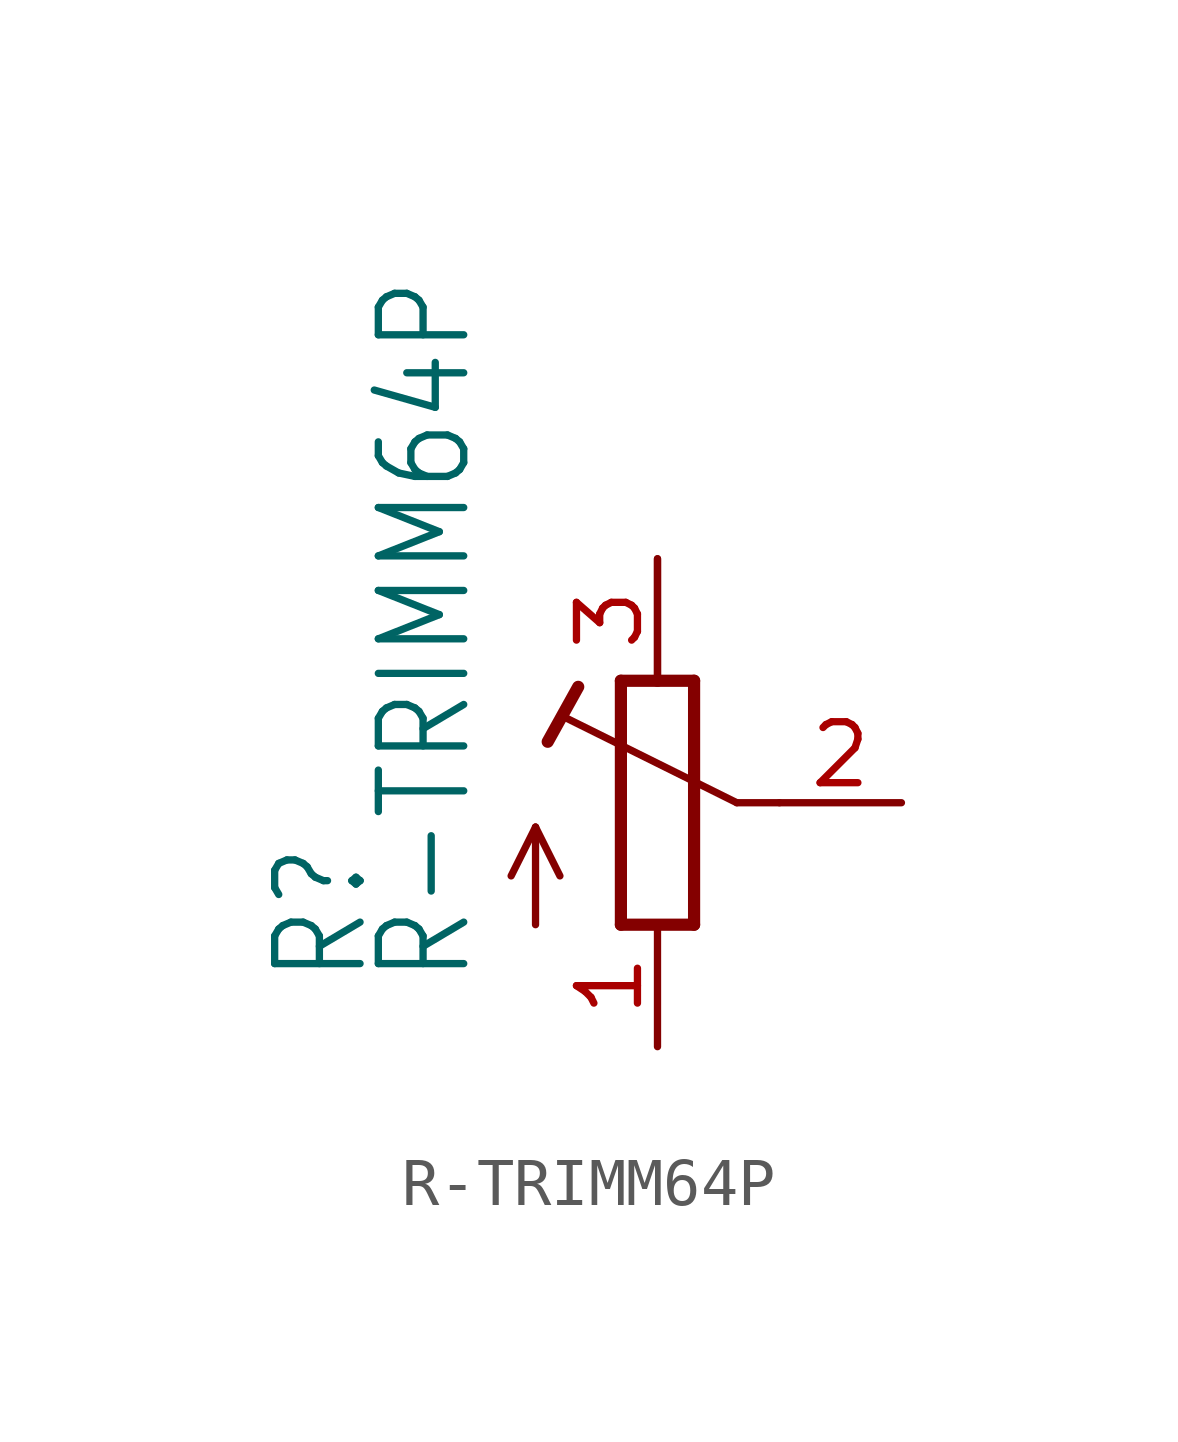
<source format=kicad_sym>
(kicad_symbol_lib
  (version 20220331)
  (generator kicad_symbol_editor)
  (symbol "R-TRIMM64P"
    (property "Reference" "R"
      (at -5.969 -3.81 90)
      (effects (font (size 1.778 1.511)) (justify left bottom)))
    (property "Value" "R-TRIMM64P"
      (at -3.81 -3.81 90)
      (effects (font (size 1.778 1.511)) (justify left bottom)))
    (property "ki_locked" ""
      (at 0 0 0)
      (effects (font (size 1.27 1.27))))
    (symbol "R-TRIMM64P_1_0"
      (polyline (pts (xy -2.54 -2.54) (xy -2.54 -0.508)) (stroke (width 0.152) (type solid)) (fill (type none)))
      (polyline (pts (xy -2.54 -0.508) (xy -3.048 -1.524)) (stroke (width 0.152) (type solid)) (fill (type none)))
      (polyline (pts (xy -2.54 -0.508) (xy -2.032 -1.524)) (stroke (width 0.152) (type solid)) (fill (type none)))
      (polyline (pts (xy -2.286 1.27) (xy -1.651 2.413)) (stroke (width 0.254) (type solid)) (fill (type none)))
      (polyline (pts (xy -0.762 -2.54) (xy 0.762 -2.54)) (stroke (width 0.254) (type solid)) (fill (type none)))
      (polyline (pts (xy -0.762 2.54) (xy -0.762 -2.54)) (stroke (width 0.254) (type solid)) (fill (type none)))
      (polyline (pts (xy 0 2.54) (xy -0.762 2.54)) (stroke (width 0.254) (type solid)) (fill (type none)))
      (polyline (pts (xy 0 2.54) (xy 0 5.08)) (stroke (width 0.152) (type solid)) (fill (type none)))
      (polyline (pts (xy 0.762 -2.54) (xy 0.762 2.54)) (stroke (width 0.254) (type solid)) (fill (type none)))
      (polyline (pts (xy 0.762 2.54) (xy 0 2.54)) (stroke (width 0.254) (type solid)) (fill (type none)))
      (polyline (pts (xy 1.651 0) (xy -1.88 1.753)) (stroke (width 0.152) (type solid)) (fill (type none)))
      (polyline (pts (xy 2.54 0) (xy 1.651 0)) (stroke (width 0.152) (type solid)) (fill (type none)))
      (pin passive line (at 0 -5.08 90) (length 2.54) (name "E" (effects (font (size 0 0)))) (number "1" (effects (font (size 1.27 1.27)))))
      (pin passive line (at 5.08 0 180) (length 2.54) (name "S" (effects (font (size 0 0)))) (number "2" (effects (font (size 1.27 1.27)))))
      (pin passive line (at 0 5.08 270) (length 2.54) (name "A" (effects (font (size 0 0)))) (number "3" (effects (font (size 1.27 1.27))))))))
</source>
